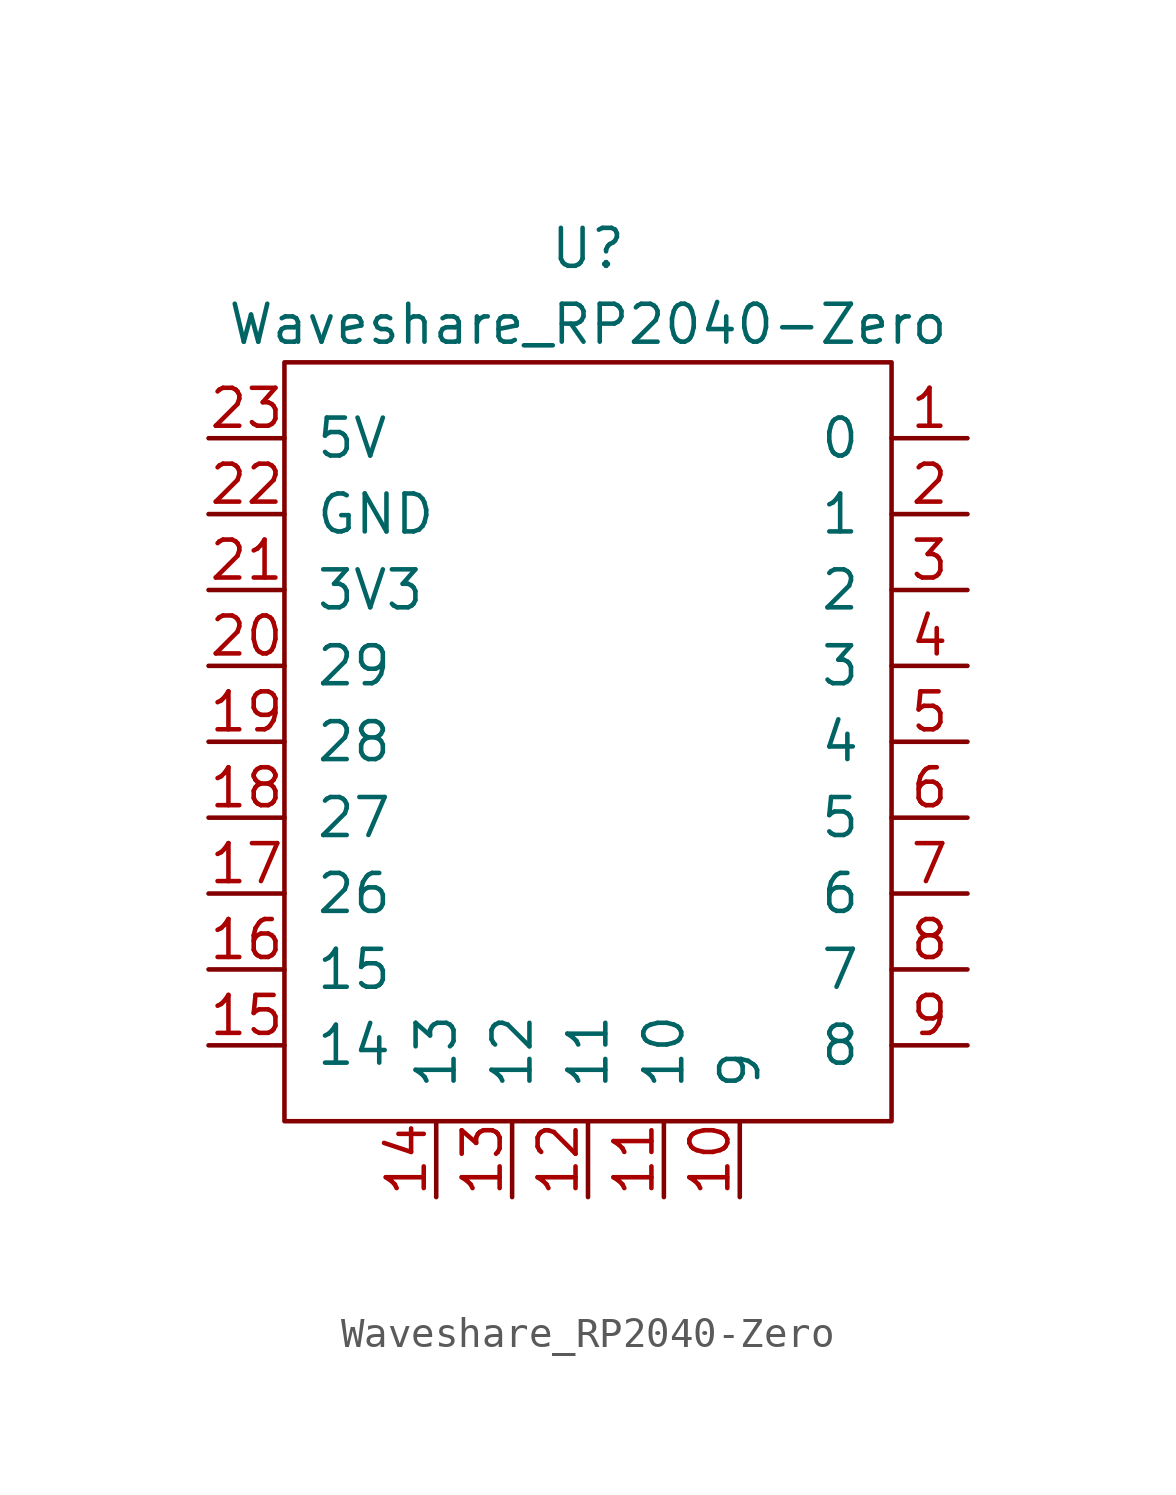
<source format=kicad_sym>
(kicad_symbol_lib
  (version 20220914)
  (generator kicad_symbol_editor)
  (symbol "Waveshare_RP2040-Zero"
    (pin_names
      (offset 1.016))
    (property "Reference" "U"
      (at 0 15.24 0)
      (effects (font (size 1.27 1.27))))
    (property "Value" "Waveshare_RP2040-Zero"
      (at 0 12.7 0)
      (effects (font (size 1.27 1.27))))
    (symbol "Waveshare_RP2040-Zero_0_1"
      (rectangle (start -10.16 11.43) (end 10.16 -13.97) (stroke (width 0) (type default)) (fill (type none))))
    (symbol "Waveshare_RP2040-Zero_1_1"
      (pin bidirectional line (at 12.7 8.89 180) (length 2.54) (name "0" (effects (font (size 1.27 1.27)))) (number "1" (effects (font (size 1.27 1.27)))))
      (pin bidirectional line (at 5.08 -16.51 90) (length 2.54) (name "9" (effects (font (size 1.27 1.27)))) (number "10" (effects (font (size 1.27 1.27)))))
      (pin bidirectional line (at 2.54 -16.51 90) (length 2.54) (name "10" (effects (font (size 1.27 1.27)))) (number "11" (effects (font (size 1.27 1.27)))))
      (pin bidirectional line (at 0 -16.51 90) (length 2.54) (name "11" (effects (font (size 1.27 1.27)))) (number "12" (effects (font (size 1.27 1.27)))))
      (pin bidirectional line (at -2.54 -16.51 90) (length 2.54) (name "12" (effects (font (size 1.27 1.27)))) (number "13" (effects (font (size 1.27 1.27)))))
      (pin bidirectional line (at -5.08 -16.51 90) (length 2.54) (name "13" (effects (font (size 1.27 1.27)))) (number "14" (effects (font (size 1.27 1.27)))))
      (pin bidirectional line (at -12.7 -11.43 0) (length 2.54) (name "14" (effects (font (size 1.27 1.27)))) (number "15" (effects (font (size 1.27 1.27)))))
      (pin bidirectional line (at -12.7 -8.89 0) (length 2.54) (name "15" (effects (font (size 1.27 1.27)))) (number "16" (effects (font (size 1.27 1.27)))))
      (pin bidirectional line (at -12.7 -6.35 0) (length 2.54) (name "26" (effects (font (size 1.27 1.27)))) (number "17" (effects (font (size 1.27 1.27)))))
      (pin bidirectional line (at -12.7 -3.81 0) (length 2.54) (name "27" (effects (font (size 1.27 1.27)))) (number "18" (effects (font (size 1.27 1.27)))))
      (pin bidirectional line (at -12.7 -1.27 0) (length 2.54) (name "28" (effects (font (size 1.27 1.27)))) (number "19" (effects (font (size 1.27 1.27)))))
      (pin bidirectional line (at 12.7 6.35 180) (length 2.54) (name "1" (effects (font (size 1.27 1.27)))) (number "2" (effects (font (size 1.27 1.27)))))
      (pin bidirectional line (at -12.7 1.27 0) (length 2.54) (name "29" (effects (font (size 1.27 1.27)))) (number "20" (effects (font (size 1.27 1.27)))))
      (pin power_out line (at -12.7 3.81 0) (length 2.54) (name "3V3" (effects (font (size 1.27 1.27)))) (number "21" (effects (font (size 1.27 1.27)))))
      (pin power_out line (at -12.7 6.35 0) (length 2.54) (name "GND" (effects (font (size 1.27 1.27)))) (number "22" (effects (font (size 1.27 1.27)))))
      (pin power_out line (at -12.7 8.89 0) (length 2.54) (name "5V" (effects (font (size 1.27 1.27)))) (number "23" (effects (font (size 1.27 1.27)))))
      (pin bidirectional line (at 12.7 3.81 180) (length 2.54) (name "2" (effects (font (size 1.27 1.27)))) (number "3" (effects (font (size 1.27 1.27)))))
      (pin bidirectional line (at 12.7 1.27 180) (length 2.54) (name "3" (effects (font (size 1.27 1.27)))) (number "4" (effects (font (size 1.27 1.27)))))
      (pin bidirectional line (at 12.7 -1.27 180) (length 2.54) (name "4" (effects (font (size 1.27 1.27)))) (number "5" (effects (font (size 1.27 1.27)))))
      (pin bidirectional line (at 12.7 -3.81 180) (length 2.54) (name "5" (effects (font (size 1.27 1.27)))) (number "6" (effects (font (size 1.27 1.27)))))
      (pin bidirectional line (at 12.7 -6.35 180) (length 2.54) (name "6" (effects (font (size 1.27 1.27)))) (number "7" (effects (font (size 1.27 1.27)))))
      (pin bidirectional line (at 12.7 -8.89 180) (length 2.54) (name "7" (effects (font (size 1.27 1.27)))) (number "8" (effects (font (size 1.27 1.27)))))
      (pin bidirectional line (at 12.7 -11.43 180) (length 2.54) (name "8" (effects (font (size 1.27 1.27)))) (number "9" (effects (font (size 1.27 1.27))))))))
</source>
